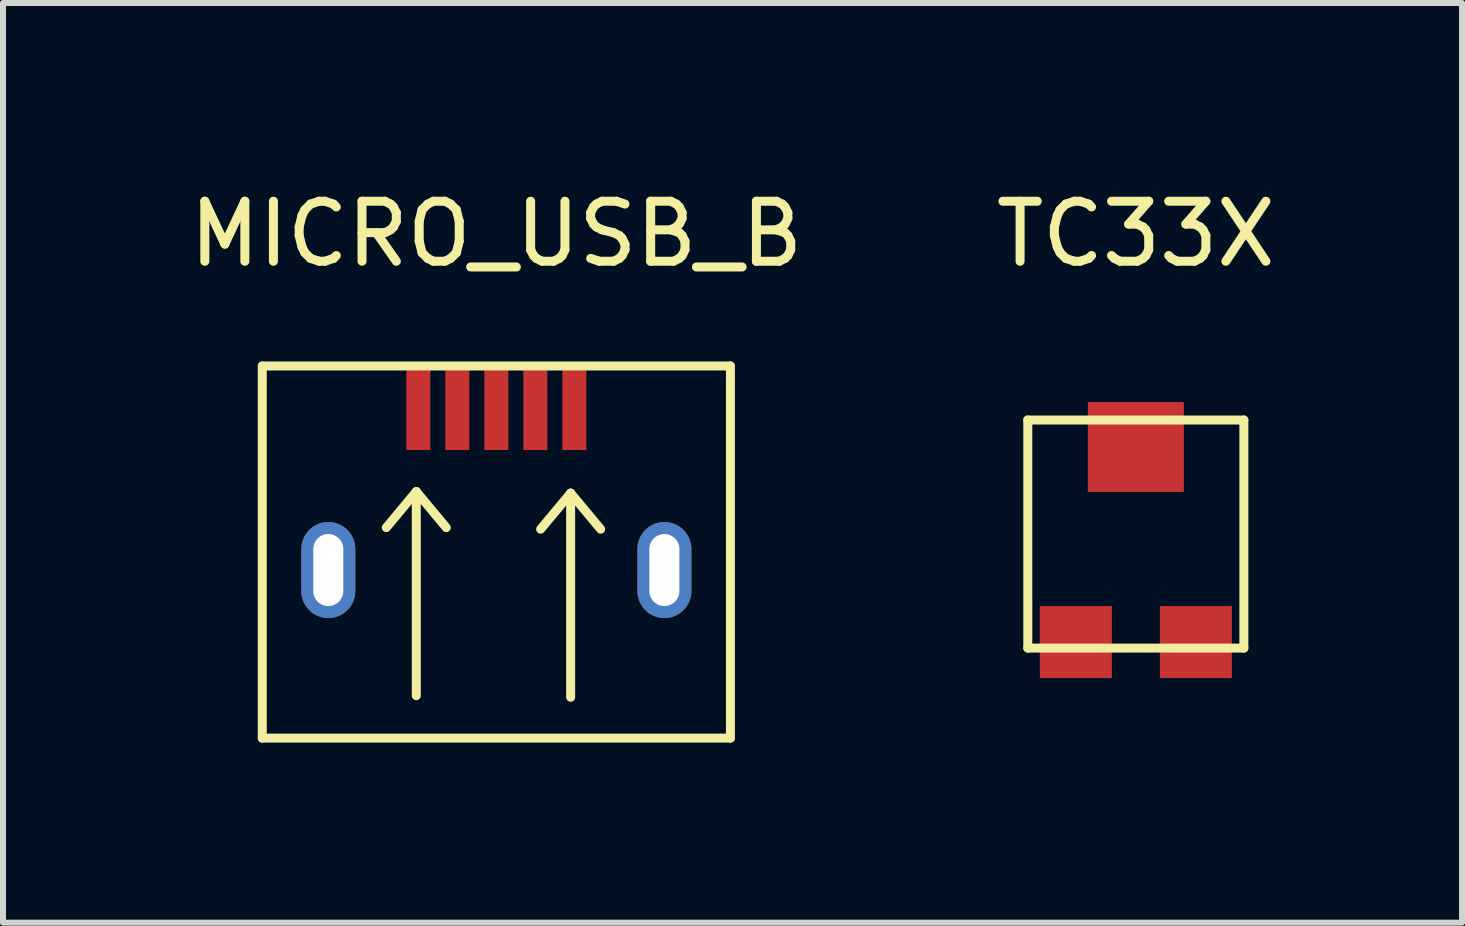
<source format=kicad_pcb>
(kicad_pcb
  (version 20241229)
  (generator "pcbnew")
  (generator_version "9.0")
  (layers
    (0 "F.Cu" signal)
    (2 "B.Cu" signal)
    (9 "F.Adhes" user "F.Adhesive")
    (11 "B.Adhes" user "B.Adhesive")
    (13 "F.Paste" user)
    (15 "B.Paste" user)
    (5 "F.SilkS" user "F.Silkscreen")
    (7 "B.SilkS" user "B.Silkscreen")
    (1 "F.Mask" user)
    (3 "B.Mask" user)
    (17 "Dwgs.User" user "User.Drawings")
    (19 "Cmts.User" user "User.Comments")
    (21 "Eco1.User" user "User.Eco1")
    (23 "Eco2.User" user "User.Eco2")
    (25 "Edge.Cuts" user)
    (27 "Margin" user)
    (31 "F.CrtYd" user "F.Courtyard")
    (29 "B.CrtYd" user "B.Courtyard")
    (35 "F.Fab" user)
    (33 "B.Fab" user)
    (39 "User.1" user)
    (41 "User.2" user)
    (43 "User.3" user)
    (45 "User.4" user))
  (footprint "TC33X"
    (layer "F.Cu")
    (at 15.875 5.848)
    (property "Reference" "TC33X" (at 0 -5 0) (layer "F.SilkS") (effects (font (size 1 1) (thickness 0.15))))
    (attr through_hole)
    (fp_line (start -1.8 -1.9) (end -1.8 1.9) (stroke (width 0.15) (type solid)) (layer "F.SilkS"))
    (fp_line (start -1.8 1.9) (end 1.8 1.9) (stroke (width 0.15) (type solid)) (layer "F.SilkS"))
    (fp_line (start 1.8 -1.9) (end -1.8 -1.9) (stroke (width 0.15) (type solid)) (layer "F.SilkS"))
    (fp_line (start 1.8 1.9) (end 1.8 -1.9) (stroke (width 0.15) (type solid)) (layer "F.SilkS"))
    (pad "1" smd rect (at -1 1.8) (size 1.2 1.2) (layers "F.Cu" "F.Mask" "F.Paste"))
    (pad "2" smd rect (at 0 -1.45) (size 1.6 1.5) (layers "F.Cu" "F.Mask" "F.Paste"))
    (pad "3" smd rect (at 1 1.8) (size 1.2 1.2) (layers "F.Cu" "F.Mask" "F.Paste")))
  (footprint "MICRO_USB_B"
    (layer "F.Cu")
    (at 5.22 6.448)
    (property "Reference" "MICRO_USB_B" (at 0 -5.6 0) (layer "F.SilkS") (effects (font (size 1 1) (thickness 0.15))))
    (attr through_hole)
    (fp_line (start -3.9 -3.4) (end 3.9 -3.4) (stroke (width 0.15) (type solid)) (layer "F.SilkS"))
    (fp_line (start -3.9 2.8) (end -3.9 -3.4) (stroke (width 0.15) (type solid)) (layer "F.SilkS"))
    (fp_line (start -1.334 -1.307) (end -1.834 -0.707) (stroke (width 0.15) (type solid)) (layer "F.SilkS"))
    (fp_line (start -1.334 -1.307) (end -0.834 -0.707) (stroke (width 0.15) (type solid)) (layer "F.SilkS"))
    (fp_line (start -1.334 2.093) (end -1.334 -1.307) (stroke (width 0.15) (type solid)) (layer "F.SilkS"))
    (fp_line (start 1.238 -1.281) (end 0.738 -0.681) (stroke (width 0.15) (type solid)) (layer "F.SilkS"))
    (fp_line (start 1.238 -1.281) (end 1.738 -0.681) (stroke (width 0.15) (type solid)) (layer "F.SilkS"))
    (fp_line (start 1.238 2.119) (end 1.238 -1.281) (stroke (width 0.15) (type solid)) (layer "F.SilkS"))
    (fp_line (start 3.9 -3.4) (end 3.9 2.8) (stroke (width 0.15) (type solid)) (layer "F.SilkS"))
    (fp_line (start 3.9 2.8) (end -3.9 2.8) (stroke (width 0.15) (type solid)) (layer "F.SilkS"))
    (pad "1" smd rect (at -1.3 -2.675) (size 0.4 1.35) (layers "F.Cu" "F.Mask" "F.Paste"))
    (pad "2" smd rect (at -0.65 -2.675) (size 0.4 1.35) (layers "F.Cu" "F.Mask" "F.Paste"))
    (pad "3" smd rect (at 0 -2.675) (size 0.4 1.35) (layers "F.Cu" "F.Mask" "F.Paste"))
    (pad "4" smd rect (at 0.65 -2.675) (size 0.4 1.35) (layers "F.Cu" "F.Mask" "F.Paste"))
    (pad "5" smd rect (at 1.3 -2.675) (size 0.4 1.35) (layers "F.Cu" "F.Mask" "F.Paste"))
    (pad "6" thru_hole oval (at -2.8 0) (size 0.9 1.6) (drill oval 0.5 1.2) (layers "*.Cu" "*.Mask"))
    (pad "6" thru_hole oval (at 2.8 0) (size 0.9 1.6) (drill oval 0.5 1.2) (layers "*.Cu" "*.Mask")))
  (gr_rect
    (start -3 -3)
    (end 21.31 12.323)
    (stroke (width 0.1) (type default))
    (fill no)
    (layer "Edge.Cuts")))
</source>
